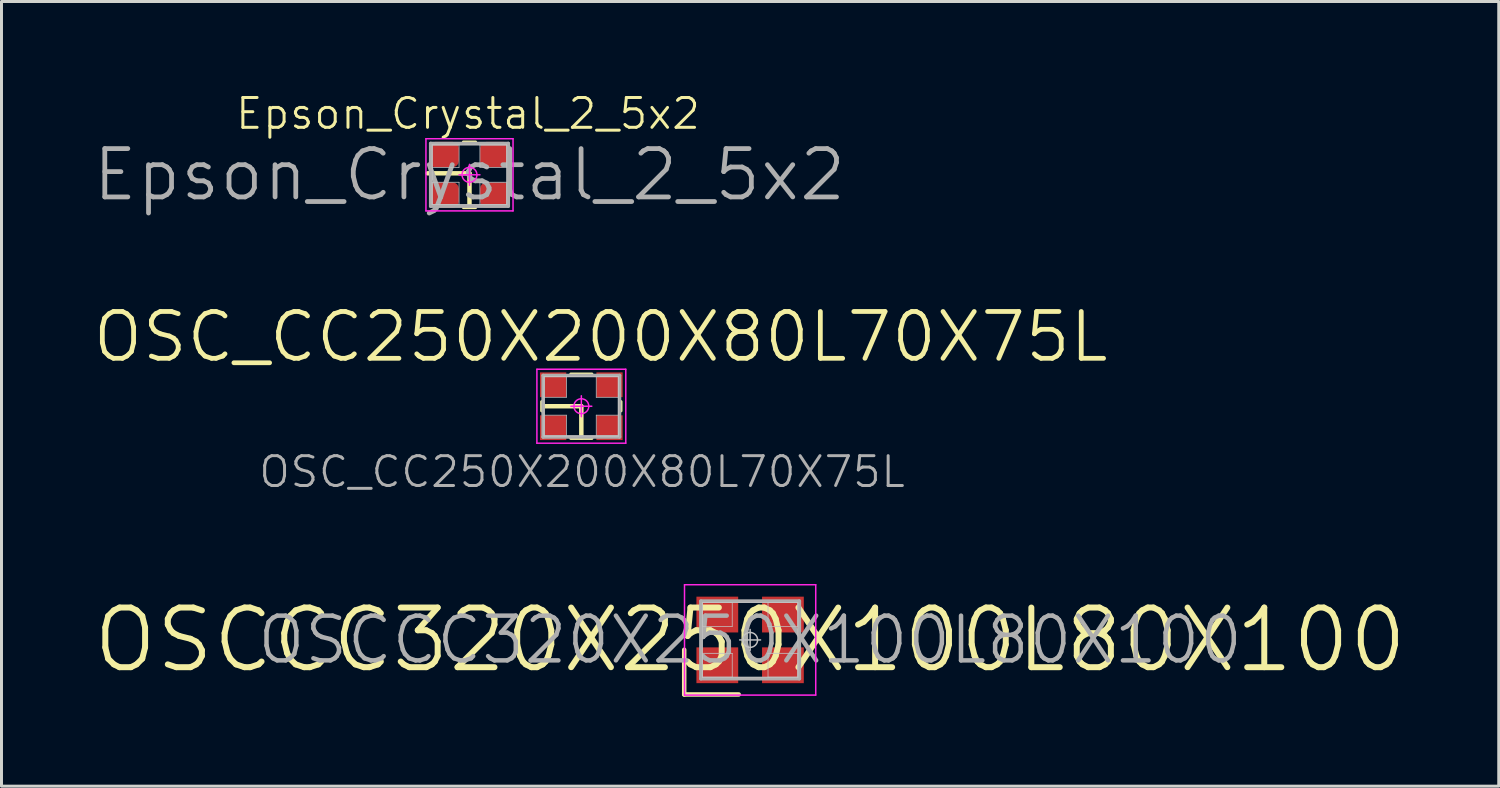
<source format=kicad_pcb>
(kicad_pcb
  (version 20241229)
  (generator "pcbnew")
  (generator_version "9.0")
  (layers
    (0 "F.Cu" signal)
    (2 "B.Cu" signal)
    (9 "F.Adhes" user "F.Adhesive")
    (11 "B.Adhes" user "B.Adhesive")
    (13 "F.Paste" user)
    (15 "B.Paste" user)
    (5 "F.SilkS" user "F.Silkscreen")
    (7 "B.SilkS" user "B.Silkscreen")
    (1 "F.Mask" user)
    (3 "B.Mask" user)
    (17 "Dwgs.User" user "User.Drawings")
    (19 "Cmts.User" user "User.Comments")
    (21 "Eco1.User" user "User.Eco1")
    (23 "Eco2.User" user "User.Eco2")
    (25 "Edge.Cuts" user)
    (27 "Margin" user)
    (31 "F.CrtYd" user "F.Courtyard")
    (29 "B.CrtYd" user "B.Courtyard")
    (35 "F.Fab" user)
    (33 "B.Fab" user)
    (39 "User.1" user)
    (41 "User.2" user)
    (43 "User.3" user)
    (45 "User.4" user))
  (footprint "OSC_CC250X200X80L70X75L"
    (layer "F.Cu")
    (at 16.441 10.57)
    (property "Reference" "OSC_CC250X200X80L70X75L" (at 0.025 2.2 0) (layer "F.Fab") (effects (font (size 1 1) (thickness 0.1))))
    (attr smd)
    (fp_line (start -1.33 0.155) (end -1.33 -0.155) (stroke (width 0.1) (type solid)) (layer "F.SilkS"))
    (fp_line (start -1.275 0) (end 0 0) (stroke (width 0.15) (type solid)) (layer "F.SilkS"))
    (fp_line (start -0.355 1.08) (end 0.355 1.08) (stroke (width 0.1) (type solid)) (layer "F.SilkS"))
    (fp_line (start 0 0) (end 0 1.05) (stroke (width 0.15) (type solid)) (layer "F.SilkS"))
    (fp_line (start 0.355 -1.08) (end -0.355 -1.08) (stroke (width 0.1) (type solid)) (layer "F.SilkS"))
    (fp_line (start 1.33 0.155) (end 1.33 -0.155) (stroke (width 0.1) (type solid)) (layer "F.SilkS"))
    (fp_line (start -1.25 -1) (end -0.5 -1) (stroke (width 0.025) (type solid)) (layer "Dwgs.User"))
    (fp_line (start -1.25 -1) (end 1.25 -1) (stroke (width 0.025) (type solid)) (layer "Dwgs.User"))
    (fp_line (start -1.25 -0.3) (end -1.25 -1) (stroke (width 0.025) (type solid)) (layer "Dwgs.User"))
    (fp_line (start -1.25 0.3) (end -0.5 0.3) (stroke (width 0.025) (type solid)) (layer "Dwgs.User"))
    (fp_line (start -1.25 1) (end -1.25 -1) (stroke (width 0.025) (type solid)) (layer "Dwgs.User"))
    (fp_line (start -1.25 1) (end -1.25 0.3) (stroke (width 0.025) (type solid)) (layer "Dwgs.User"))
    (fp_line (start -0.5 -1) (end -0.5 -0.3) (stroke (width 0.025) (type solid)) (layer "Dwgs.User"))
    (fp_line (start -0.5 -0.3) (end -1.25 -0.3) (stroke (width 0.025) (type solid)) (layer "Dwgs.User"))
    (fp_line (start -0.5 0.3) (end -0.5 1) (stroke (width 0.025) (type solid)) (layer "Dwgs.User"))
    (fp_line (start -0.5 1) (end -1.25 1) (stroke (width 0.025) (type solid)) (layer "Dwgs.User"))
    (fp_line (start 0.5 -1) (end 1.25 -1) (stroke (width 0.025) (type solid)) (layer "Dwgs.User"))
    (fp_line (start 0.5 -0.3) (end 0.5 -1) (stroke (width 0.025) (type solid)) (layer "Dwgs.User"))
    (fp_line (start 0.5 0.3) (end 1.25 0.3) (stroke (width 0.025) (type solid)) (layer "Dwgs.User"))
    (fp_line (start 0.5 1) (end 0.5 0.3) (stroke (width 0.025) (type solid)) (layer "Dwgs.User"))
    (fp_line (start 1.25 -1) (end 1.25 -0.3) (stroke (width 0.025) (type solid)) (layer "Dwgs.User"))
    (fp_line (start 1.25 -1) (end 1.25 1) (stroke (width 0.025) (type solid)) (layer "Dwgs.User"))
    (fp_line (start 1.25 -0.3) (end 0.5 -0.3) (stroke (width 0.025) (type solid)) (layer "Dwgs.User"))
    (fp_line (start 1.25 0.3) (end 1.25 1) (stroke (width 0.025) (type solid)) (layer "Dwgs.User"))
    (fp_line (start 1.25 1) (end -1.25 1) (stroke (width 0.025) (type solid)) (layer "Dwgs.User"))
    (fp_line (start 1.25 1) (end 0.5 1) (stroke (width 0.025) (type solid)) (layer "Dwgs.User"))
    (fp_line (start -1.49 -1.24) (end 1.49 -1.24) (stroke (width 0.05) (type solid)) (layer "F.CrtYd"))
    (fp_line (start -1.49 1.24) (end -1.49 -1.24) (stroke (width 0.05) (type solid)) (layer "F.CrtYd"))
    (fp_line (start -0.35 0) (end 0.35 0) (stroke (width 0.05) (type solid)) (layer "F.CrtYd"))
    (fp_line (start 0 -0.35) (end 0 0.35) (stroke (width 0.05) (type solid)) (layer "F.CrtYd"))
    (fp_line (start 1.49 -1.24) (end 1.49 1.24) (stroke (width 0.05) (type solid)) (layer "F.CrtYd"))
    (fp_line (start 1.49 1.24) (end -1.49 1.24) (stroke (width 0.05) (type solid)) (layer "F.CrtYd"))
    (fp_circle (center 0 0) (end 0 0.25) (stroke (width 0.05) (type solid)) (fill no) (layer "F.CrtYd"))
    (fp_line (start -1.28 -1.03) (end 1.28 -1.03) (stroke (width 0.12) (type solid)) (layer "F.Fab"))
    (fp_line (start -1.28 1.03) (end -1.28 -1.03) (stroke (width 0.12) (type solid)) (layer "F.Fab"))
    (fp_line (start 1.28 -1.03) (end 1.28 1.03) (stroke (width 0.12) (type solid)) (layer "F.Fab"))
    (fp_line (start 1.28 1.03) (end -1.28 1.03) (stroke (width 0.12) (type solid)) (layer "F.Fab"))
    (fp_text user "${REFERENCE}" (at 0.65 -2.325 0) (layer "F.SilkS") (effects (font (size 1.57 1.57) (thickness 0.16))))
    (pad "1" smd rect (at -0.945 0.72 90) (size 0.83 0.88) (layers "F.Cu" "F.Mask" "F.Paste"))
    (pad "2" smd rect (at 0.945 0.72 90) (size 0.83 0.88) (layers "F.Cu" "F.Mask" "F.Paste"))
    (pad "3" smd rect (at 0.945 -0.72 90) (size 0.83 0.88) (layers "F.Cu" "F.Mask" "F.Paste"))
    (pad "4" smd rect (at -0.945 -0.72 90) (size 0.83 0.88) (layers "F.Cu" "F.Mask" "F.Paste")))
  (footprint "Epson_Crystal_2_5x2"
    (layer "F.Cu")
    (at 12.691 2.811)
    (property "Reference" "Epson_Crystal_2_5x2" (at -0.05 -2.05 0) (layer "F.SilkS") (effects (font (size 1 1) (thickness 0.1))))
    (attr smd)
    (fp_line (start -1.4 -0.05) (end 0 -0.05) (stroke (width 0.15) (type solid)) (layer "F.SilkS"))
    (fp_line (start -0.205 1.1) (end 0.205 1.1) (stroke (width 0.1) (type solid)) (layer "F.SilkS"))
    (fp_line (start 0 -0.05) (end 0 1.05) (stroke (width 0.15) (type solid)) (layer "F.SilkS"))
    (fp_line (start 0.205 -1.1) (end -0.205 -1.1) (stroke (width 0.1) (type solid)) (layer "F.SilkS"))
    (fp_line (start -1.25 -1) (end -0.35 -1) (stroke (width 0.025) (type solid)) (layer "Dwgs.User"))
    (fp_line (start -1.25 -1) (end 1.25 -1) (stroke (width 0.025) (type solid)) (layer "Dwgs.User"))
    (fp_line (start -1.25 -0.25) (end -1.25 -1) (stroke (width 0.025) (type solid)) (layer "Dwgs.User"))
    (fp_line (start -1.25 0.25) (end -0.35 0.25) (stroke (width 0.025) (type solid)) (layer "Dwgs.User"))
    (fp_line (start -1.25 1) (end -1.25 -1) (stroke (width 0.025) (type solid)) (layer "Dwgs.User"))
    (fp_line (start -1.25 1) (end -1.25 0.25) (stroke (width 0.025) (type solid)) (layer "Dwgs.User"))
    (fp_line (start -0.35 -1) (end -0.35 -0.25) (stroke (width 0.025) (type solid)) (layer "Dwgs.User"))
    (fp_line (start -0.35 -0.25) (end -1.25 -0.25) (stroke (width 0.025) (type solid)) (layer "Dwgs.User"))
    (fp_line (start -0.35 0.25) (end -0.35 1) (stroke (width 0.025) (type solid)) (layer "Dwgs.User"))
    (fp_line (start -0.35 1) (end -1.25 1) (stroke (width 0.025) (type solid)) (layer "Dwgs.User"))
    (fp_line (start 0.35 -1) (end 1.25 -1) (stroke (width 0.025) (type solid)) (layer "Dwgs.User"))
    (fp_line (start 0.35 -0.25) (end 0.35 -1) (stroke (width 0.025) (type solid)) (layer "Dwgs.User"))
    (fp_line (start 0.35 0.25) (end 1.25 0.25) (stroke (width 0.025) (type solid)) (layer "Dwgs.User"))
    (fp_line (start 0.35 1) (end 0.35 0.25) (stroke (width 0.025) (type solid)) (layer "Dwgs.User"))
    (fp_line (start 1.25 -1) (end 1.25 -0.25) (stroke (width 0.025) (type solid)) (layer "Dwgs.User"))
    (fp_line (start 1.25 -1) (end 1.25 1) (stroke (width 0.025) (type solid)) (layer "Dwgs.User"))
    (fp_line (start 1.25 -0.25) (end 0.35 -0.25) (stroke (width 0.025) (type solid)) (layer "Dwgs.User"))
    (fp_line (start 1.25 0.25) (end 1.25 1) (stroke (width 0.025) (type solid)) (layer "Dwgs.User"))
    (fp_line (start 1.25 1) (end -1.25 1) (stroke (width 0.025) (type solid)) (layer "Dwgs.User"))
    (fp_line (start 1.25 1) (end 0.35 1) (stroke (width 0.025) (type solid)) (layer "Dwgs.User"))
    (fp_line (start -1.46 -1.21) (end 1.46 -1.21) (stroke (width 0.05) (type solid)) (layer "F.CrtYd"))
    (fp_line (start -1.46 1.21) (end -1.46 -1.21) (stroke (width 0.05) (type solid)) (layer "F.CrtYd"))
    (fp_line (start -0.35 0) (end 0.35 0) (stroke (width 0.05) (type solid)) (layer "F.CrtYd"))
    (fp_line (start 0 -0.35) (end 0 0.35) (stroke (width 0.05) (type solid)) (layer "F.CrtYd"))
    (fp_line (start 1.46 -1.21) (end 1.46 1.21) (stroke (width 0.05) (type solid)) (layer "F.CrtYd"))
    (fp_line (start 1.46 1.21) (end -1.46 1.21) (stroke (width 0.05) (type solid)) (layer "F.CrtYd"))
    (fp_circle (center 0 0) (end 0 0.25) (stroke (width 0.05) (type solid)) (fill no) (layer "F.CrtYd"))
    (fp_line (start -1.3 -1.05) (end 1.3 -1.05) (stroke (width 0.12) (type solid)) (layer "F.Fab"))
    (fp_line (start -1.3 1.05) (end -1.3 -1.05) (stroke (width 0.12) (type solid)) (layer "F.Fab"))
    (fp_line (start 1.3 -1.05) (end 1.3 1.05) (stroke (width 0.12) (type solid)) (layer "F.Fab"))
    (fp_line (start 1.3 1.05) (end -1.3 1.05) (stroke (width 0.12) (type solid)) (layer "F.Fab"))
    (fp_text user "${REFERENCE}" (at 0 0 0) (layer "F.Fab") (effects (font (size 1.62 1.62) (thickness 0.16))))
    (pad "1" smd roundrect (at -0.855 0.68 90) (size 0.85 1) (layers "F.Cu" "F.Mask" "F.Paste") (roundrect_rratio 0.25))
    (pad "2" smd roundrect (at 0.855 0.68 90) (size 0.85 1) (layers "F.Cu" "F.Mask" "F.Paste") (roundrect_rratio 0.25))
    (pad "3" smd roundrect (at 0.855 -0.68 90) (size 0.85 1) (layers "F.Cu" "F.Mask" "F.Paste") (roundrect_rratio 0.25))
    (pad "4" smd roundrect (at -0.855 -0.68 90) (size 0.85 1) (layers "F.Cu" "F.Mask" "F.Paste") (roundrect_rratio 0.25)))
  (footprint "OSCCC320X250X100L80X100"
    (layer "F.Cu")
    (at 22.1 18.405)
    (property "Reference" "OSCCC320X250X100L80X100" (at 0 0 0) (layer "F.Fab") (effects (font (size 1.5 1.5) (thickness 0.15))))
    (attr smd)
    (fp_line (start -2.21 0.33) (end -2.21 1.829) (stroke (width 0.15) (type solid)) (layer "F.SilkS"))
    (fp_line (start -2.21 1.829) (end -0.381 1.829) (stroke (width 0.15) (type solid)) (layer "F.SilkS"))
    (fp_line (start -1.6 -1.25) (end -0.6 -1.25) (stroke (width 0.025) (type solid)) (layer "Dwgs.User"))
    (fp_line (start -1.6 -1.25) (end 1.6 -1.25) (stroke (width 0.025) (type solid)) (layer "Dwgs.User"))
    (fp_line (start -1.6 -0.45) (end -1.6 -1.25) (stroke (width 0.025) (type solid)) (layer "Dwgs.User"))
    (fp_line (start -1.6 0.45) (end -0.6 0.45) (stroke (width 0.025) (type solid)) (layer "Dwgs.User"))
    (fp_line (start -1.6 1.25) (end -1.6 -1.25) (stroke (width 0.025) (type solid)) (layer "Dwgs.User"))
    (fp_line (start -1.6 1.25) (end -1.6 0.45) (stroke (width 0.025) (type solid)) (layer "Dwgs.User"))
    (fp_line (start -0.6 -1.25) (end -0.6 -0.45) (stroke (width 0.025) (type solid)) (layer "Dwgs.User"))
    (fp_line (start -0.6 -0.45) (end -1.6 -0.45) (stroke (width 0.025) (type solid)) (layer "Dwgs.User"))
    (fp_line (start -0.6 0.45) (end -0.6 1.25) (stroke (width 0.025) (type solid)) (layer "Dwgs.User"))
    (fp_line (start -0.6 1.25) (end -1.6 1.25) (stroke (width 0.025) (type solid)) (layer "Dwgs.User"))
    (fp_line (start -0.35 0) (end 0.35 0) (stroke (width 0.05) (type solid)) (layer "Dwgs.User"))
    (fp_line (start 0 -0.35) (end 0 0.35) (stroke (width 0.05) (type solid)) (layer "Dwgs.User"))
    (fp_line (start 0.6 -1.25) (end 1.6 -1.25) (stroke (width 0.025) (type solid)) (layer "Dwgs.User"))
    (fp_line (start 0.6 -0.45) (end 0.6 -1.25) (stroke (width 0.025) (type solid)) (layer "Dwgs.User"))
    (fp_line (start 0.6 0.45) (end 1.6 0.45) (stroke (width 0.025) (type solid)) (layer "Dwgs.User"))
    (fp_line (start 0.6 1.25) (end 0.6 0.45) (stroke (width 0.025) (type solid)) (layer "Dwgs.User"))
    (fp_line (start 1.6 -1.25) (end 1.6 -0.45) (stroke (width 0.025) (type solid)) (layer "Dwgs.User"))
    (fp_line (start 1.6 -1.25) (end 1.6 1.25) (stroke (width 0.025) (type solid)) (layer "Dwgs.User"))
    (fp_line (start 1.6 -0.45) (end 0.6 -0.45) (stroke (width 0.025) (type solid)) (layer "Dwgs.User"))
    (fp_line (start 1.6 0.45) (end 1.6 1.25) (stroke (width 0.025) (type solid)) (layer "Dwgs.User"))
    (fp_line (start 1.6 1.25) (end -1.6 1.25) (stroke (width 0.025) (type solid)) (layer "Dwgs.User"))
    (fp_line (start 1.6 1.25) (end 0.6 1.25) (stroke (width 0.025) (type solid)) (layer "Dwgs.User"))
    (fp_circle (center 0 0) (end 0.25 0) (stroke (width 0.05) (type solid)) (fill no) (layer "Dwgs.User"))
    (fp_line (start -2.2 -1.85) (end 2.2 -1.85) (stroke (width 0.05) (type solid)) (layer "F.CrtYd"))
    (fp_line (start -2.2 1.85) (end -2.2 -1.85) (stroke (width 0.05) (type solid)) (layer "F.CrtYd"))
    (fp_line (start 2.2 -1.85) (end 2.2 1.85) (stroke (width 0.05) (type solid)) (layer "F.CrtYd"))
    (fp_line (start 2.2 1.85) (end -2.2 1.85) (stroke (width 0.05) (type solid)) (layer "F.CrtYd"))
    (fp_line (start -1.65 -1.3) (end 1.65 -1.3) (stroke (width 0.12) (type solid)) (layer "F.Fab"))
    (fp_line (start -1.65 1.3) (end -1.65 -1.3) (stroke (width 0.12) (type solid)) (layer "F.Fab"))
    (fp_line (start 1.65 -1.3) (end 1.65 1.3) (stroke (width 0.12) (type solid)) (layer "F.Fab"))
    (fp_line (start 1.65 1.3) (end -1.65 1.3) (stroke (width 0.12) (type solid)) (layer "F.Fab"))
    (fp_text user "${REFERENCE}" (at 0 0 0) (layer "F.SilkS") (effects (font (size 2 2) (thickness 0.2))))
    (pad "1" smd rect (at -1.1 0.85 90) (size 1.2 1.4) (layers "F.Cu" "F.Mask" "F.Paste"))
    (pad "2" smd rect (at 1.1 0.85 90) (size 1.2 1.4) (layers "F.Cu" "F.Mask" "F.Paste"))
    (pad "3" smd rect (at 1.1 -0.85 90) (size 1.2 1.4) (layers "F.Cu" "F.Mask" "F.Paste"))
    (pad "4" smd rect (at -1.1 -0.85 90) (size 1.2 1.4) (layers "F.Cu" "F.Mask" "F.Paste")))
  (gr_rect
    (start -3 -3)
    (end 47.2 23.309)
    (stroke (width 0.1) (type default))
    (fill no)
    (layer "Edge.Cuts")))
</source>
